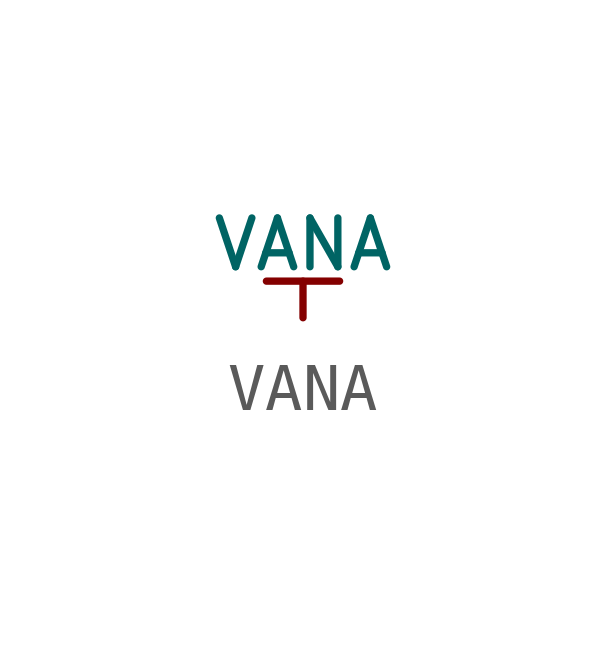
<source format=kicad_sym>
(kicad_symbol_lib
  (version 20211014)
  (generator kicad_symbol_editor)
  (symbol "VANA"
    (power)
    (pin_numbers hide)
    (pin_names
      (offset 0) hide)
    (property "Reference" "#PWR"
      (at 0.254 0 0)
      (effects (font (size 0.508 0.508)) hide))
    (property "Value" "VANA"
      (at 0 1.524 0)
      (effects (font (size 1.016 1.016))))
    (symbol "VANA_0_1"
      (polyline (pts (xy -0.762 0.762) (xy 0.762 0.762)) (stroke (width 0) (type default) (color 0 0 0 0)) (fill (type none)))
      (polyline (pts (xy 0 0) (xy 0 0.762)) (stroke (width 0) (type default) (color 0 0 0 0)) (fill (type none))))
    (symbol "VANA_1_1"
      (pin power_in line (at 0 0 90) (length 0) hide (name "VANA" (effects (font (size 1.27 1.27)))) (number "1" (effects (font (size 1.27 1.27))))))))
</source>
